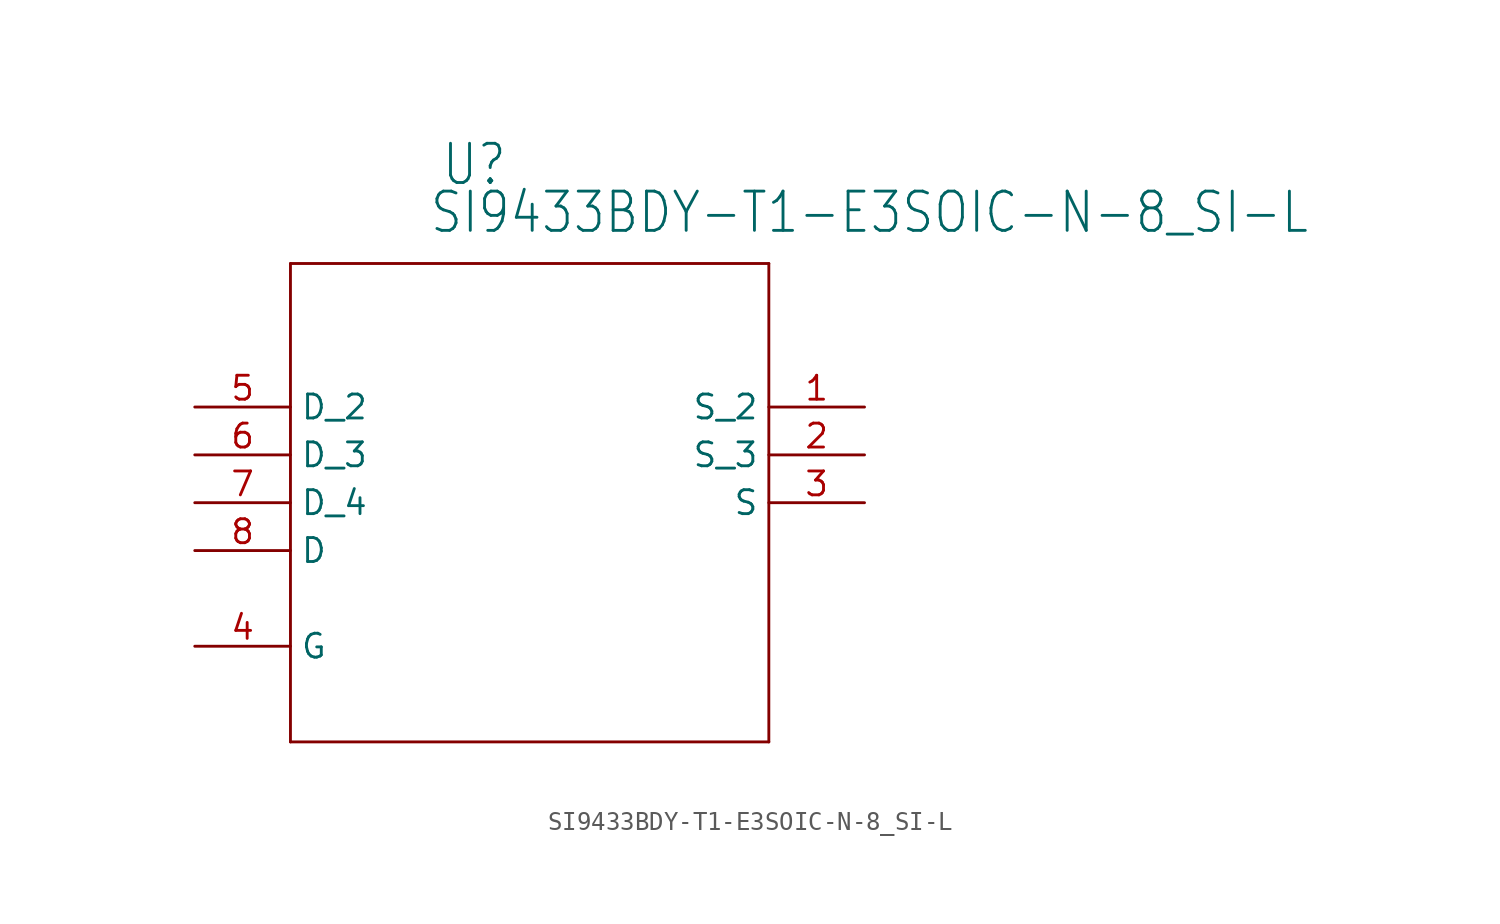
<source format=kicad_sym>
(kicad_symbol_lib
  (version 20211014)
  (generator kicad_symbol_editor)
  (symbol "SI9433BDY-T1-E3SOIC-N-8_SI-L"
    (property "Reference" "U"
      (at 15.596 11.659 0)
      (effects (font (size 2.083 1.77)) (justify left bottom)))
    (property "Value" "SI9433BDY-T1-E3SOIC-N-8_SI-L"
      (at 14.961 9.119 0)
      (effects (font (size 2.083 1.77)) (justify left bottom)))
    (property "ki_locked" ""
      (at 0 0 0)
      (effects (font (size 1.27 1.27))))
    (symbol "SI9433BDY-T1-E3SOIC-N-8_SI-L_1_0"
      (polyline (pts (xy 7.62 -17.78) (xy 33.02 -17.78)) (stroke (width 0.152) (type default) (color 0 0 0 0)) (fill (type none)))
      (polyline (pts (xy 7.62 7.62) (xy 7.62 -17.78)) (stroke (width 0.152) (type default) (color 0 0 0 0)) (fill (type none)))
      (polyline (pts (xy 33.02 -17.78) (xy 33.02 7.62)) (stroke (width 0.152) (type default) (color 0 0 0 0)) (fill (type none)))
      (polyline (pts (xy 33.02 7.62) (xy 7.62 7.62)) (stroke (width 0.152) (type default) (color 0 0 0 0)) (fill (type none)))
      (pin passive line (at 38.1 0 180) (length 5.08) (name "S_2" (effects (font (size 1.27 1.27)))) (number "1" (effects (font (size 1.27 1.27)))))
      (pin passive line (at 38.1 -2.54 180) (length 5.08) (name "S_3" (effects (font (size 1.27 1.27)))) (number "2" (effects (font (size 1.27 1.27)))))
      (pin passive line (at 38.1 -5.08 180) (length 5.08) (name "S" (effects (font (size 1.27 1.27)))) (number "3" (effects (font (size 1.27 1.27)))))
      (pin passive line (at 2.54 -12.7 0) (length 5.08) (name "G" (effects (font (size 1.27 1.27)))) (number "4" (effects (font (size 1.27 1.27)))))
      (pin passive line (at 2.54 0 0) (length 5.08) (name "D_2" (effects (font (size 1.27 1.27)))) (number "5" (effects (font (size 1.27 1.27)))))
      (pin passive line (at 2.54 -2.54 0) (length 5.08) (name "D_3" (effects (font (size 1.27 1.27)))) (number "6" (effects (font (size 1.27 1.27)))))
      (pin passive line (at 2.54 -5.08 0) (length 5.08) (name "D_4" (effects (font (size 1.27 1.27)))) (number "7" (effects (font (size 1.27 1.27)))))
      (pin passive line (at 2.54 -7.62 0) (length 5.08) (name "D" (effects (font (size 1.27 1.27)))) (number "8" (effects (font (size 1.27 1.27))))))))
</source>
